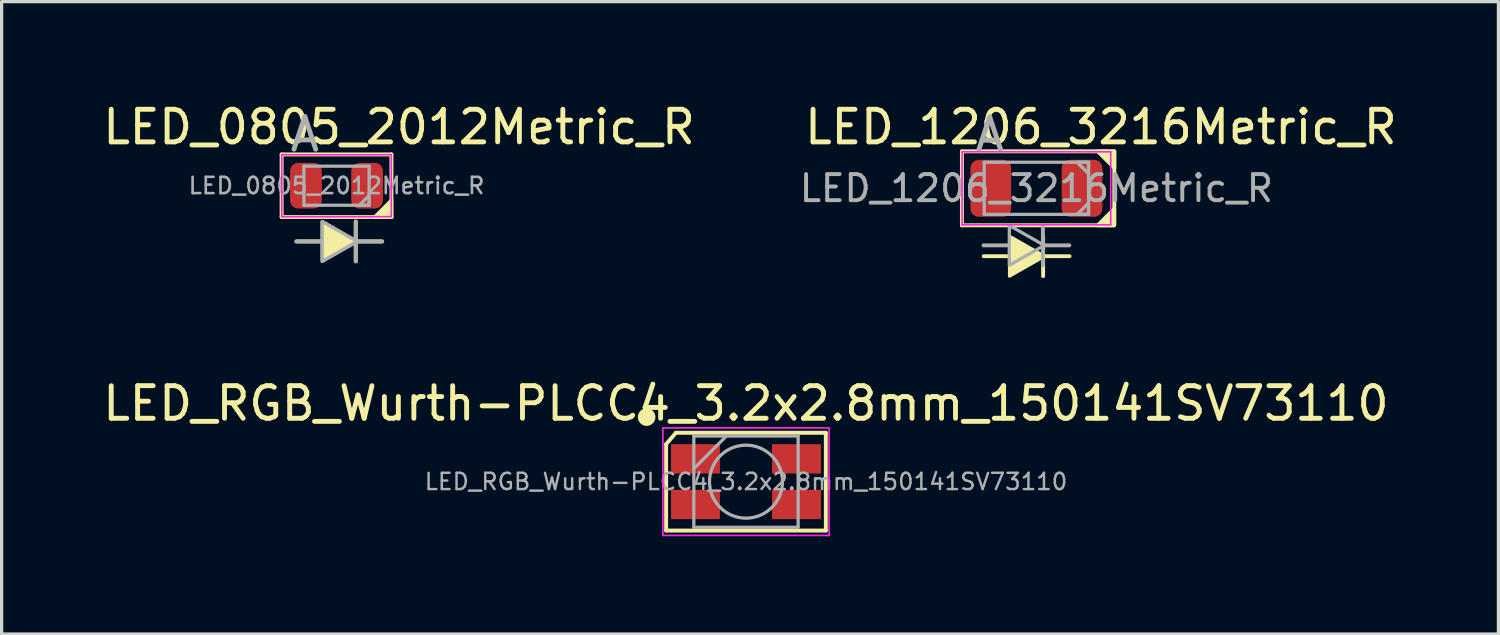
<source format=kicad_pcb>
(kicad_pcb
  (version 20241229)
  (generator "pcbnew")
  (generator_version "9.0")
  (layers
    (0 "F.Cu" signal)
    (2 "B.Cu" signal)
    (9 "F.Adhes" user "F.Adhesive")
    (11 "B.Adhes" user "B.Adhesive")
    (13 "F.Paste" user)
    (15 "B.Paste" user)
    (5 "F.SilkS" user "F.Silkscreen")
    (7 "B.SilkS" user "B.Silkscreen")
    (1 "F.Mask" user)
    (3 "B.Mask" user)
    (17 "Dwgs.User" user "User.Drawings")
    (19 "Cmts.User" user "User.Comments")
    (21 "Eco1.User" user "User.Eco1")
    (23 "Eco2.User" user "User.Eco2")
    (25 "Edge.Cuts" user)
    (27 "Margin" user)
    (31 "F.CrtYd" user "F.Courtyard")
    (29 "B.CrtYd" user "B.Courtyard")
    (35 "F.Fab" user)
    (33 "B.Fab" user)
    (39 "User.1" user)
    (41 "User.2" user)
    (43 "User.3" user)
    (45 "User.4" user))
  (footprint "LED_RGB_Wurth-PLCC4_3.2x2.8mm_150141SV73110"
    (layer "F.Cu")
    (at 19.839 11.729)
    (property "Reference" "LED_RGB_Wurth-PLCC4_3.2x2.8mm_150141SV73110" (at 0 -2.4 0) (layer "F.SilkS") (effects (font (size 1 1) (thickness 0.15))))
    (attr smd)
    (fp_line (start -2.45 1.5) (end -2.45 -1.15) (stroke (width 0.12) (type solid)) (layer "F.SilkS"))
    (fp_line (start -2.15 -1.5) (end -2.45 -1.15) (stroke (width 0.12) (type solid)) (layer "F.SilkS"))
    (fp_line (start -2.15 -1.5) (end 2.45 -1.5) (stroke (width 0.12) (type solid)) (layer "F.SilkS"))
    (fp_line (start 2.45 -1.5) (end 2.45 1.5) (stroke (width 0.12) (type solid)) (layer "F.SilkS"))
    (fp_line (start 2.45 1.5) (end -2.45 1.5) (stroke (width 0.12) (type solid)) (layer "F.SilkS"))
    (fp_circle (center -3.048 -1.981) (end -2.838 -1.981) (stroke (width 0.12) (type solid)) (fill yes) (layer "F.SilkS"))
    (fp_line (start -2.55 -1.65) (end -2.55 1.65) (stroke (width 0.05) (type solid)) (layer "F.CrtYd"))
    (fp_line (start -2.55 1.65) (end 2.55 1.65) (stroke (width 0.05) (type solid)) (layer "F.CrtYd"))
    (fp_line (start 2.55 -1.65) (end -2.55 -1.65) (stroke (width 0.05) (type solid)) (layer "F.CrtYd"))
    (fp_line (start 2.55 1.65) (end 2.55 -1.65) (stroke (width 0.05) (type solid)) (layer "F.CrtYd"))
    (fp_line (start -1.6 -1.4) (end -1.6 1.4) (stroke (width 0.1) (type solid)) (layer "F.Fab"))
    (fp_line (start -1.6 1.4) (end 1.6 1.4) (stroke (width 0.1) (type solid)) (layer "F.Fab"))
    (fp_line (start -0.6 -1.4) (end -1.6 -0.4) (stroke (width 0.1) (type solid)) (layer "F.Fab"))
    (fp_line (start 1.6 -1.4) (end -1.6 -1.4) (stroke (width 0.1) (type solid)) (layer "F.Fab"))
    (fp_line (start 1.6 1.4) (end 1.6 -1.4) (stroke (width 0.1) (type solid)) (layer "F.Fab"))
    (fp_circle (center 0 0) (end 1.12 0) (stroke (width 0.1) (type solid)) (fill no) (layer "F.Fab"))
    (fp_text user "${REFERENCE}" (at 0 0 0) (layer "F.Fab") (effects (font (size 0.5 0.5) (thickness 0.075))))
    (pad "1" smd rect (at 1.55 -0.7) (size 1.5 0.9) (layers "F.Cu" "F.Mask" "F.Paste"))
    (pad "2" smd rect (at 1.55 0.7) (size 1.5 0.9) (layers "F.Cu" "F.Mask" "F.Paste"))
    (pad "3" smd rect (at -1.55 -0.7) (size 1.5 0.9) (layers "F.Cu" "F.Mask" "F.Paste"))
    (pad "4" smd rect (at -1.55 0.7) (size 1.5 0.9) (layers "F.Cu" "F.Mask" "F.Paste")))
  (footprint "LED_0805_2012Metric_R"
    (layer "F.Cu")
    (at 7.276 2.648)
    (property "Reference" "LED_0805_2012Metric_R" (at 1.92 -1.8 0) (layer "F.SilkS") (effects (font (size 1 1) (thickness 0.15))))
    (attr smd)
    (fp_line (start -1.685 -0.96) (end -1.685 0.96) (stroke (width 0.12) (type solid)) (layer "F.SilkS"))
    (fp_line (start -1.685 0.96) (end 1.685 0.96) (stroke (width 0.12) (type solid)) (layer "F.SilkS"))
    (fp_line (start -1.232 1.71) (end -0.487 1.71) (stroke (width 0.12) (type solid)) (layer "F.SilkS"))
    (fp_line (start 0.59 1.1) (end 0.59 2.32) (stroke (width 0.12) (type solid)) (layer "F.SilkS"))
    (fp_line (start 0.655 1.71) (end 1.4 1.71) (stroke (width 0.12) (type solid)) (layer "F.SilkS"))
    (fp_line (start 1.685 -0.96) (end -1.685 -0.96) (stroke (width 0.12) (type solid)) (layer "F.SilkS"))
    (fp_line (start 1.685 -0.96) (end 1.685 0.96) (stroke (width 0.12) (type solid)) (layer "F.SilkS"))
    (fp_poly (pts (xy 0.63 1.71) (xy -0.44 2.32) (xy -0.44 1.1)) (stroke (width 0.1) (type solid)) (fill yes) (layer "F.SilkS"))
    (fp_poly (pts (xy 1.68 0.96) (xy 1.18 0.96) (xy 1.68 0.46)) (stroke (width 0.12) (type solid)) (fill yes) (layer "F.SilkS"))
    (fp_line (start -1.68 -0.95) (end 1.68 -0.95) (stroke (width 0.05) (type solid)) (layer "F.CrtYd"))
    (fp_line (start -1.68 0.95) (end -1.68 -0.95) (stroke (width 0.05) (type solid)) (layer "F.CrtYd"))
    (fp_line (start 1.68 -0.95) (end 1.68 0.95) (stroke (width 0.05) (type solid)) (layer "F.CrtYd"))
    (fp_line (start 1.68 0.95) (end -1.68 0.95) (stroke (width 0.05) (type solid)) (layer "F.CrtYd"))
    (fp_line (start -1.232 1.71) (end -0.487 1.71) (stroke (width 0.12) (type solid)) (layer "F.Fab"))
    (fp_line (start -1 -0.6) (end -1 0.6) (stroke (width 0.1) (type solid)) (layer "F.Fab"))
    (fp_line (start -1 0.6) (end 1 0.6) (stroke (width 0.1) (type solid)) (layer "F.Fab"))
    (fp_line (start 0.59 1.1) (end 0.59 2.32) (stroke (width 0.12) (type solid)) (layer "F.Fab"))
    (fp_line (start 0.655 1.71) (end 1.4 1.71) (stroke (width 0.12) (type solid)) (layer "F.Fab"))
    (fp_line (start 1 -0.6) (end -1 -0.6) (stroke (width 0.1) (type solid)) (layer "F.Fab"))
    (fp_line (start 1 0.6) (end 1 -0.6) (stroke (width 0.1) (type solid)) (layer "F.Fab"))
    (fp_poly (pts (xy 0.63 1.71) (xy -0.44 2.32) (xy -0.44 1.1)) (stroke (width 0.1) (type solid)) (fill no) (layer "F.Fab"))
    (fp_poly (pts (xy 1 0.6) (xy 1 0.3) (xy 0.7 0.6)) (stroke (width 0.1) (type solid)) (fill no) (layer "F.Fab"))
    (fp_text user "A" (at -1.5 -0.99 0) (unlocked yes) (layer "F.Fab") (effects (font (size 1 1) (thickness 0.15)) (justify left bottom)))
    (fp_text user "${REFERENCE}" (at 0 0 0) (layer "F.Fab") (effects (font (size 0.5 0.5) (thickness 0.08))))
    (pad "1" smd roundrect (at 0.938 0) (size 0.975 1.4) (layers "F.Cu" "F.Mask" "F.Paste") (roundrect_rratio 0.25))
    (pad "2" smd roundrect (at -0.938 0) (size 0.975 1.4) (layers "F.Cu" "F.Mask" "F.Paste") (roundrect_rratio 0.25)))
  (footprint "LED_1206_3216Metric_R"
    (layer "F.Cu")
    (at 28.75 2.728)
    (property "Reference" "LED_1206_3216Metric_R" (at 1.98 -1.88 0) (layer "F.SilkS") (effects (font (size 1 1) (thickness 0.15))))
    (attr smd)
    (fp_line (start -2.285 -1.135) (end -2.285 1.135) (stroke (width 0.12) (type solid)) (layer "F.SilkS"))
    (fp_line (start -2.285 1.135) (end 2.385 1.135) (stroke (width 0.12) (type solid)) (layer "F.SilkS"))
    (fp_line (start -1.617 2.083) (end -0.872 2.083) (stroke (width 0.12) (type solid)) (layer "F.SilkS"))
    (fp_line (start 0.206 1.473) (end 0.206 2.693) (stroke (width 0.12) (type solid)) (layer "F.SilkS"))
    (fp_line (start 0.271 2.083) (end 1.016 2.083) (stroke (width 0.12) (type solid)) (layer "F.SilkS"))
    (fp_line (start 2.39 -1.135) (end -2.285 -1.135) (stroke (width 0.12) (type solid)) (layer "F.SilkS"))
    (fp_line (start 2.39 1.113) (end 2.39 -1.133) (stroke (width 0.12) (type default)) (layer "F.SilkS"))
    (fp_poly (pts (xy 0.246 2.083) (xy -0.824 2.693) (xy -0.824 1.473)) (stroke (width 0.1) (type solid)) (fill yes) (layer "F.SilkS"))
    (fp_poly (pts (xy 2.385 1.135) (xy 1.885 1.135) (xy 2.385 0.635)) (stroke (width 0.12) (type solid)) (fill yes) (layer "F.SilkS"))
    (fp_poly (pts (xy 2.39 -1.13) (xy 1.89 -1.13) (xy 2.39 -0.63)) (stroke (width 0.12) (type solid)) (fill yes) (layer "F.SilkS"))
    (fp_line (start -2.28 -1.12) (end 2.28 -1.12) (stroke (width 0.05) (type solid)) (layer "F.CrtYd"))
    (fp_line (start -2.28 1.12) (end -2.28 -1.12) (stroke (width 0.05) (type solid)) (layer "F.CrtYd"))
    (fp_line (start 2.28 -1.12) (end 2.28 1.12) (stroke (width 0.05) (type solid)) (layer "F.CrtYd"))
    (fp_line (start 2.28 1.12) (end -2.28 1.12) (stroke (width 0.05) (type solid)) (layer "F.CrtYd"))
    (fp_line (start -1.623 1.75) (end -0.877 1.75) (stroke (width 0.12) (type solid)) (layer "F.Fab"))
    (fp_line (start -1.6 -0.8) (end -1.6 0.8) (stroke (width 0.1) (type solid)) (layer "F.Fab"))
    (fp_line (start -1.6 0.8) (end 1.6 0.8) (stroke (width 0.1) (type solid)) (layer "F.Fab"))
    (fp_line (start 0.2 1.14) (end 0.2 2.36) (stroke (width 0.12) (type solid)) (layer "F.Fab"))
    (fp_line (start 0.265 1.75) (end 1.01 1.75) (stroke (width 0.12) (type solid)) (layer "F.Fab"))
    (fp_line (start 1.6 -0.8) (end -1.6 -0.8) (stroke (width 0.1) (type solid)) (layer "F.Fab"))
    (fp_line (start 1.6 0.8) (end 1.6 -0.8) (stroke (width 0.1) (type solid)) (layer "F.Fab"))
    (fp_poly (pts (xy 0.24 1.75) (xy -0.83 2.36) (xy -0.83 1.14)) (stroke (width 0.1) (type solid)) (fill no) (layer "F.Fab"))
    (fp_poly (pts (xy 1.6 -0.8) (xy 1.6 -0.45) (xy 1.25 -0.8)) (stroke (width 0.1) (type solid)) (fill no) (layer "F.Fab"))
    (fp_poly (pts (xy 1.6 0.8) (xy 1.6 0.45) (xy 1.25 0.8)) (stroke (width 0.1) (type solid)) (fill no) (layer "F.Fab"))
    (fp_text user "A" (at -1.96 -1.06 0) (unlocked yes) (layer "F.Fab") (effects (font (size 1 1) (thickness 0.15)) (justify left bottom)))
    (fp_text user "${REFERENCE}" (at 0 0 0) (layer "F.Fab") (effects (font (size 0.8 0.8) (thickness 0.12))))
    (pad "1" smd roundrect (at 1.4 0) (size 1.25 1.75) (layers "F.Cu" "F.Mask" "F.Paste") (roundrect_rratio 0.2))
    (pad "2" smd roundrect (at -1.4 0) (size 1.25 1.75) (layers "F.Cu" "F.Mask" "F.Paste") (roundrect_rratio 0.2)))
  (gr_rect
    (start -3 -3)
    (end 42.926 16.404)
    (stroke (width 0.1) (type default))
    (fill no)
    (layer "Edge.Cuts")))
</source>
